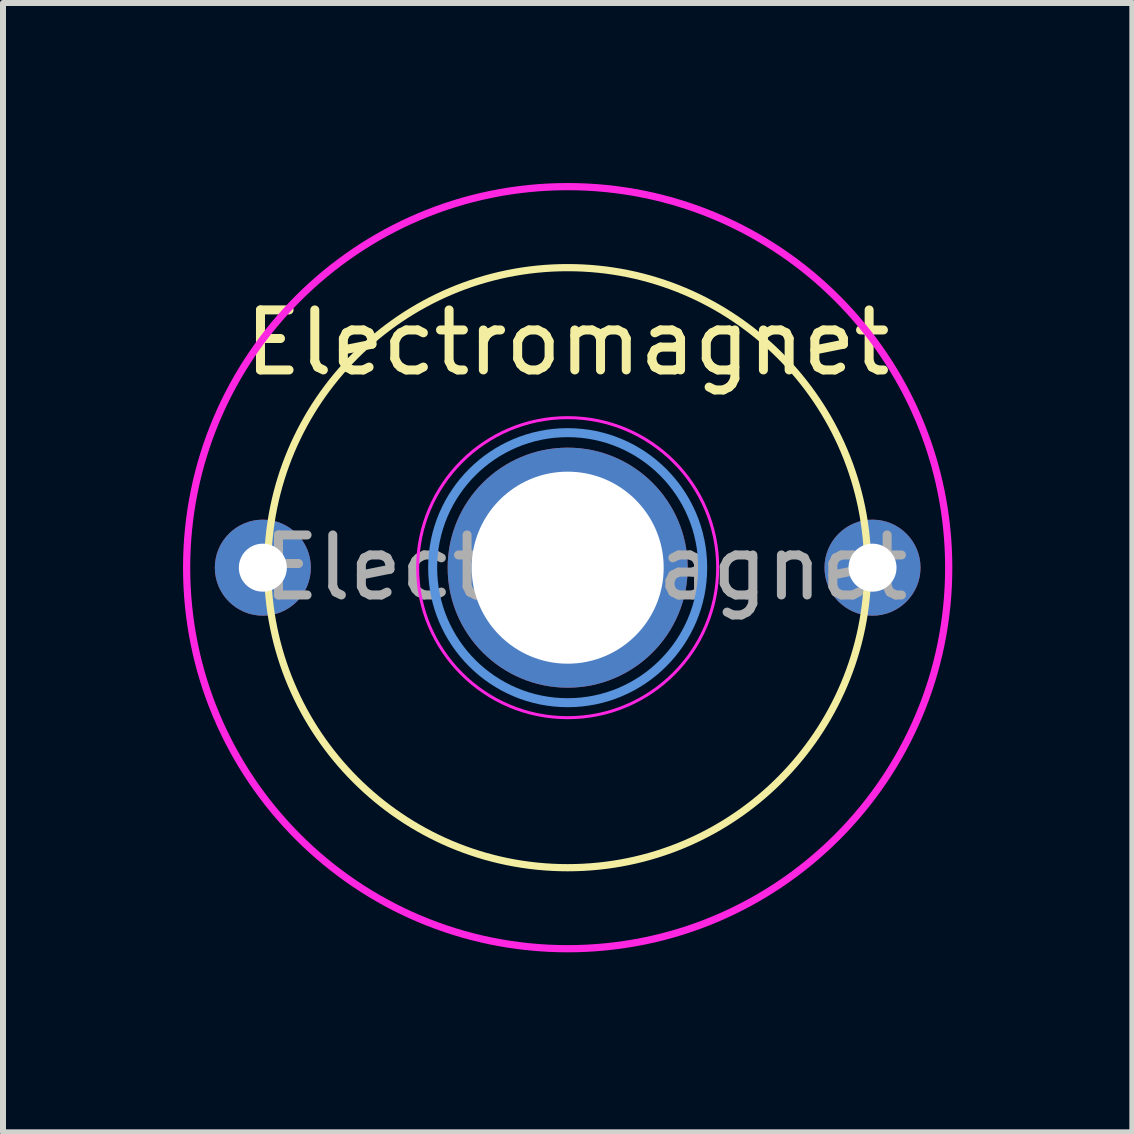
<source format=kicad_pcb>
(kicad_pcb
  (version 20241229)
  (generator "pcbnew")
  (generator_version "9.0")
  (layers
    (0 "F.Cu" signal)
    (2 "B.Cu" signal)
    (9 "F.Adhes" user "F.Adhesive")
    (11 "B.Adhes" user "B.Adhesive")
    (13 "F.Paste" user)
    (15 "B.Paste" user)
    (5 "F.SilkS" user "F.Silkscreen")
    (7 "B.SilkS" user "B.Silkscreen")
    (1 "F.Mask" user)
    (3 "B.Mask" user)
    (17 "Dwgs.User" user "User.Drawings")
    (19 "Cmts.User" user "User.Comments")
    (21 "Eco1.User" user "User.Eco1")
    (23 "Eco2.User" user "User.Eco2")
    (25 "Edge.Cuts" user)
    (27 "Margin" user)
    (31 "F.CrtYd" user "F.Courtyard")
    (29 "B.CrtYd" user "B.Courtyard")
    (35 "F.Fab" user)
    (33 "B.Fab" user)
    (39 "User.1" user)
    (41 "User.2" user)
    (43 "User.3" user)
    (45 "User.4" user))
  (footprint "Electromagnet"
    (layer "F.Cu")
    (at 6.41 6.41)
    (property "Reference" "Electromagnet" (at 0 -3.75 0) (layer "F.SilkS") (effects (font (size 1 1) (thickness 0.15))))
    (attr exclude_from_pos_files exclude_from_bom)
    (fp_circle (center 0 0) (end 5 0) (stroke (width 0.12) (type solid)) (fill no) (layer "F.SilkS"))
    (fp_circle (center 0 0) (end 2.25 0) (stroke (width 0.15) (type solid)) (fill no) (layer "Cmts.User"))
    (fp_circle (center 0 0) (end 2.5 0) (stroke (width 0.05) (type solid)) (fill no) (layer "F.CrtYd"))
    (fp_circle (center 0 0) (end 6.35 0) (stroke (width 0.12) (type solid)) (fill no) (layer "F.CrtYd"))
    (fp_text user "${REFERENCE}" (at 0.3 0 0) (layer "F.Fab") (effects (font (size 1 1) (thickness 0.15))))
    (pad "1" thru_hole circle (at -5.08 0) (size 1.6 1.6) (drill 0.8) (layers "*.Cu" "*.Mask"))
    (pad "2" thru_hole circle (at 5.08 0) (size 1.6 1.6) (drill 0.8) (layers "*.Cu" "*.Mask"))
    (pad "3" thru_hole circle (at 0 0) (size 4 4) (drill 3.2) (layers "*.Cu" "*.Mask")))
  (gr_rect
    (start -3 -3)
    (end 15.82 15.82)
    (stroke (width 0.1) (type default))
    (fill no)
    (layer "Edge.Cuts")))
</source>
